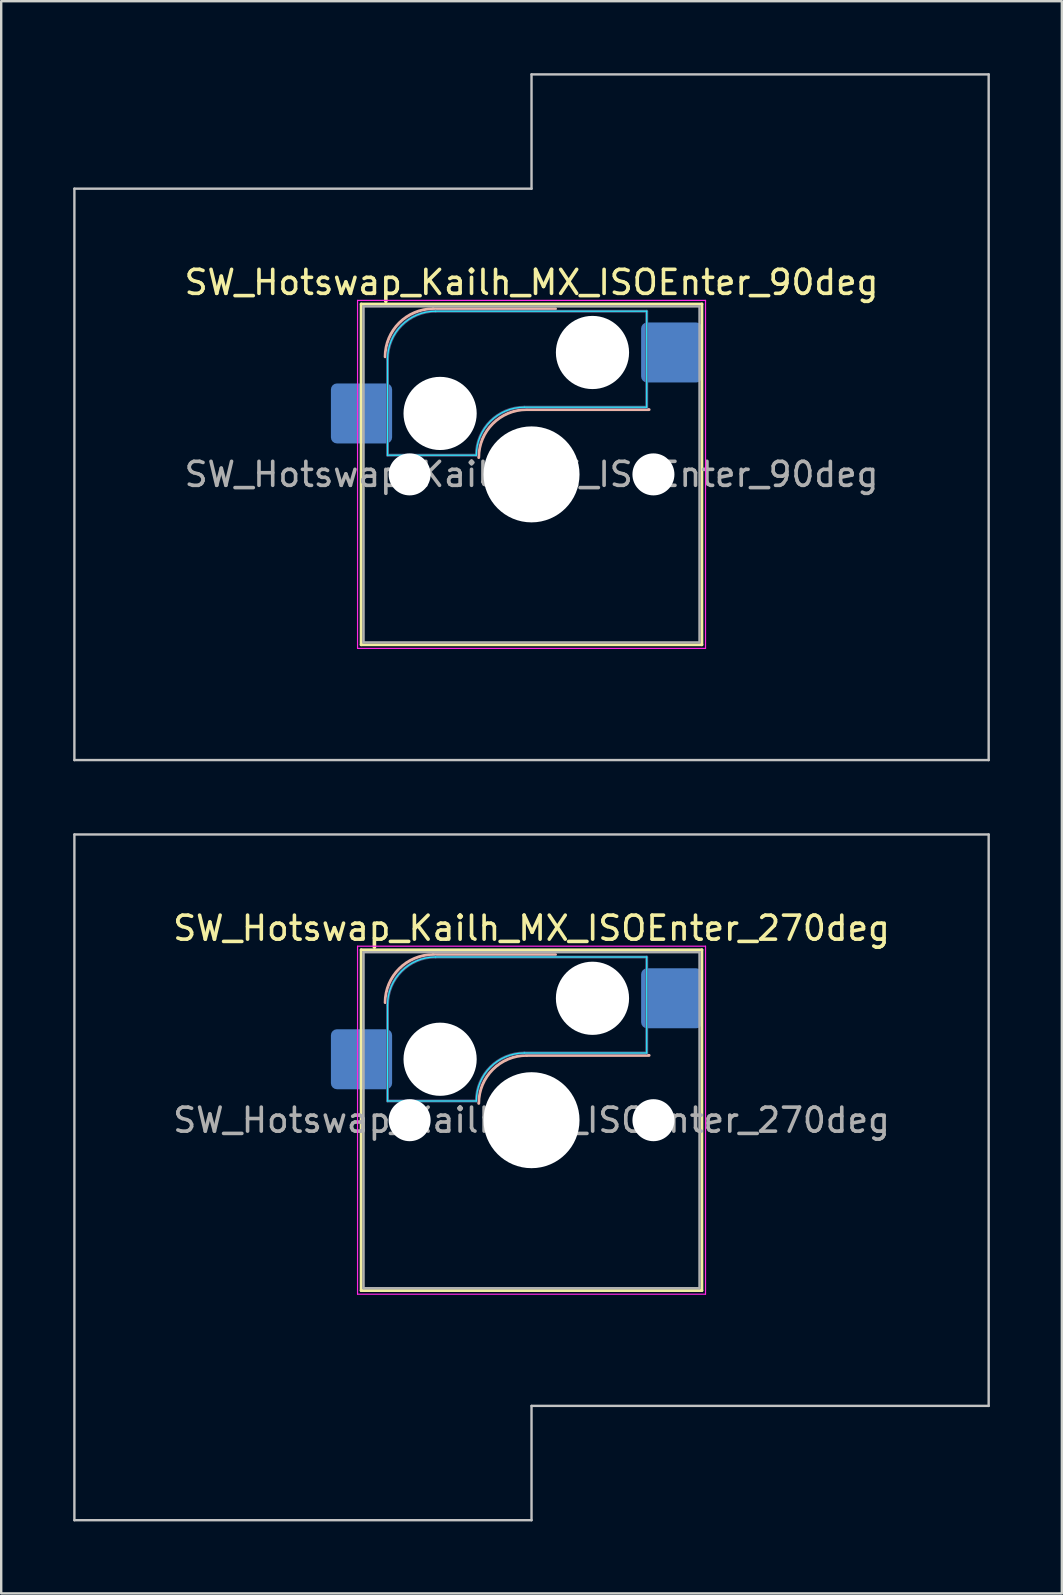
<source format=kicad_pcb>
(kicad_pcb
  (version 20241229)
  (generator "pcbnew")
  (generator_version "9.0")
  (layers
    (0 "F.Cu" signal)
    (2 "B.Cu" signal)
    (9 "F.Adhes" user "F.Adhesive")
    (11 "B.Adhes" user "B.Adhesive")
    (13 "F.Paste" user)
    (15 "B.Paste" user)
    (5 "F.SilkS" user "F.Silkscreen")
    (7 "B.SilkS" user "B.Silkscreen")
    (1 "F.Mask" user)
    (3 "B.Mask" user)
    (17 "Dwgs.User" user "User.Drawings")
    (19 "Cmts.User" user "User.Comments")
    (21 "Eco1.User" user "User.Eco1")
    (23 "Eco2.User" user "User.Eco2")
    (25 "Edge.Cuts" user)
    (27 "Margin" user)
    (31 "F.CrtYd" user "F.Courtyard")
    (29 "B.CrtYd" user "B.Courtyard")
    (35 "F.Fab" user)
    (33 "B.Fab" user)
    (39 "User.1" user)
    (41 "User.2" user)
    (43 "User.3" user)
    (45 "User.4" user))
  (footprint "SW_Hotswap_Kailh_MX_ISOEnter_90deg"
    (layer "F.Cu")
    (at 19.1 16.719)
    (property "Reference" "SW_Hotswap_Kailh_MX_ISOEnter_90deg" (at 0 -8 0) (layer "F.SilkS") (effects (font (size 1 1) (thickness 0.15))))
    (attr smd)
    (fp_line (start -7.1 -7.1) (end -7.1 7.1) (stroke (width 0.12) (type solid)) (layer "F.SilkS"))
    (fp_line (start -7.1 7.1) (end 7.1 7.1) (stroke (width 0.12) (type solid)) (layer "F.SilkS"))
    (fp_line (start 7.1 -7.1) (end -7.1 -7.1) (stroke (width 0.12) (type solid)) (layer "F.SilkS"))
    (fp_line (start 7.1 7.1) (end 7.1 -7.1) (stroke (width 0.12) (type solid)) (layer "F.SilkS"))
    (fp_line (start -4.1 -6.9) (end 1 -6.9) (stroke (width 0.12) (type solid)) (layer "B.SilkS"))
    (fp_line (start -0.2 -2.7) (end 4.9 -2.7) (stroke (width 0.12) (type solid)) (layer "B.SilkS"))
    (fp_arc (start -6.1 -4.9) (mid -5.514214 -6.314214) (end -4.1 -6.9) (stroke (width 0.12) (type solid)) (layer "B.SilkS"))
    (fp_arc (start -2.2 -0.7) (mid -1.614214 -2.114214) (end -0.2 -2.7) (stroke (width 0.12) (type solid)) (layer "B.SilkS"))
    (fp_line (start -19.05 -11.906) (end -19.05 11.906) (stroke (width 0.1) (type solid)) (layer "Dwgs.User"))
    (fp_line (start -19.05 11.906) (end 19.05 11.906) (stroke (width 0.1) (type solid)) (layer "Dwgs.User"))
    (fp_line (start 0 -16.669) (end 0 -11.906) (stroke (width 0.1) (type solid)) (layer "Dwgs.User"))
    (fp_line (start 0 -11.906) (end -19.05 -11.906) (stroke (width 0.1) (type solid)) (layer "Dwgs.User"))
    (fp_line (start 19.05 -16.669) (end 0 -16.669) (stroke (width 0.1) (type solid)) (layer "Dwgs.User"))
    (fp_line (start 19.05 11.906) (end 19.05 -16.669) (stroke (width 0.1) (type solid)) (layer "Dwgs.User"))
    (fp_line (start -7.8 -6) (end -7 -6) (stroke (width 0.1) (type solid)) (layer "Eco1.User"))
    (fp_line (start -7.8 -2.9) (end -7.8 -6) (stroke (width 0.1) (type solid)) (layer "Eco1.User"))
    (fp_line (start -7.8 2.9) (end -7 2.9) (stroke (width 0.1) (type solid)) (layer "Eco1.User"))
    (fp_line (start -7.8 6) (end -7.8 2.9) (stroke (width 0.1) (type solid)) (layer "Eco1.User"))
    (fp_line (start -7 -7) (end 7 -7) (stroke (width 0.1) (type solid)) (layer "Eco1.User"))
    (fp_line (start -7 -6) (end -7 -7) (stroke (width 0.1) (type solid)) (layer "Eco1.User"))
    (fp_line (start -7 -2.9) (end -7.8 -2.9) (stroke (width 0.1) (type solid)) (layer "Eco1.User"))
    (fp_line (start -7 2.9) (end -7 -2.9) (stroke (width 0.1) (type solid)) (layer "Eco1.User"))
    (fp_line (start -7 6) (end -7.8 6) (stroke (width 0.1) (type solid)) (layer "Eco1.User"))
    (fp_line (start -7 7) (end -7 6) (stroke (width 0.1) (type solid)) (layer "Eco1.User"))
    (fp_line (start 7 -7) (end 7 -6) (stroke (width 0.1) (type solid)) (layer "Eco1.User"))
    (fp_line (start 7 -6) (end 7.8 -6) (stroke (width 0.1) (type solid)) (layer "Eco1.User"))
    (fp_line (start 7 -2.9) (end 7 2.9) (stroke (width 0.1) (type solid)) (layer "Eco1.User"))
    (fp_line (start 7 2.9) (end 7.8 2.9) (stroke (width 0.1) (type solid)) (layer "Eco1.User"))
    (fp_line (start 7 6) (end 7 7) (stroke (width 0.1) (type solid)) (layer "Eco1.User"))
    (fp_line (start 7 7) (end -7 7) (stroke (width 0.1) (type solid)) (layer "Eco1.User"))
    (fp_line (start 7.8 -6) (end 7.8 -2.9) (stroke (width 0.1) (type solid)) (layer "Eco1.User"))
    (fp_line (start 7.8 -2.9) (end 7 -2.9) (stroke (width 0.1) (type solid)) (layer "Eco1.User"))
    (fp_line (start 7.8 2.9) (end 7.8 6) (stroke (width 0.1) (type solid)) (layer "Eco1.User"))
    (fp_line (start 7.8 6) (end 7 6) (stroke (width 0.1) (type solid)) (layer "Eco1.User"))
    (fp_line (start -6 -0.8) (end -6 -4.8) (stroke (width 0.05) (type solid)) (layer "B.CrtYd"))
    (fp_line (start -6 -0.8) (end -2.3 -0.8) (stroke (width 0.05) (type solid)) (layer "B.CrtYd"))
    (fp_line (start -4 -6.8) (end 4.8 -6.8) (stroke (width 0.05) (type solid)) (layer "B.CrtYd"))
    (fp_line (start -0.3 -2.8) (end 4.8 -2.8) (stroke (width 0.05) (type solid)) (layer "B.CrtYd"))
    (fp_line (start 4.8 -6.8) (end 4.8 -2.8) (stroke (width 0.05) (type solid)) (layer "B.CrtYd"))
    (fp_arc (start -6 -4.8) (mid -5.414214 -6.214214) (end -4 -6.8) (stroke (width 0.05) (type solid)) (layer "B.CrtYd"))
    (fp_arc (start -2.3 -0.8) (mid -1.714214 -2.214214) (end -0.3 -2.8) (stroke (width 0.05) (type solid)) (layer "B.CrtYd"))
    (fp_line (start -7.25 -7.25) (end -7.25 7.25) (stroke (width 0.05) (type solid)) (layer "F.CrtYd"))
    (fp_line (start -7.25 7.25) (end 7.25 7.25) (stroke (width 0.05) (type solid)) (layer "F.CrtYd"))
    (fp_line (start 7.25 -7.25) (end -7.25 -7.25) (stroke (width 0.05) (type solid)) (layer "F.CrtYd"))
    (fp_line (start 7.25 7.25) (end 7.25 -7.25) (stroke (width 0.05) (type solid)) (layer "F.CrtYd"))
    (fp_line (start -6 -0.8) (end -6 -4.8) (stroke (width 0.12) (type solid)) (layer "B.Fab"))
    (fp_line (start -6 -0.8) (end -2.3 -0.8) (stroke (width 0.12) (type solid)) (layer "B.Fab"))
    (fp_line (start -4 -6.8) (end 4.8 -6.8) (stroke (width 0.12) (type solid)) (layer "B.Fab"))
    (fp_line (start -0.3 -2.8) (end 4.8 -2.8) (stroke (width 0.12) (type solid)) (layer "B.Fab"))
    (fp_line (start 4.8 -6.8) (end 4.8 -2.8) (stroke (width 0.12) (type solid)) (layer "B.Fab"))
    (fp_arc (start -6 -4.8) (mid -5.414214 -6.214214) (end -4 -6.8) (stroke (width 0.12) (type solid)) (layer "B.Fab"))
    (fp_arc (start -2.3 -0.8) (mid -1.714214 -2.214214) (end -0.3 -2.8) (stroke (width 0.12) (type solid)) (layer "B.Fab"))
    (fp_line (start -7 -7) (end -7 7) (stroke (width 0.1) (type solid)) (layer "F.Fab"))
    (fp_line (start -7 7) (end 7 7) (stroke (width 0.1) (type solid)) (layer "F.Fab"))
    (fp_line (start 7 -7) (end -7 -7) (stroke (width 0.1) (type solid)) (layer "F.Fab"))
    (fp_line (start 7 7) (end 7 -7) (stroke (width 0.1) (type solid)) (layer "F.Fab"))
    (fp_text user "${REFERENCE}" (at 0 0 0) (layer "F.Fab") (effects (font (size 1 1) (thickness 0.15))))
    (pad "" np_thru_hole circle (at -5.08 0) (size 1.75 1.75) (drill 1.75) (layers "*.Cu" "*.Mask"))
    (pad "" np_thru_hole circle (at -3.81 -2.54) (size 3.05 3.05) (drill 3.05) (layers "*.Cu" "*.Mask"))
    (pad "" np_thru_hole circle (at 0 0) (size 4 4) (drill 4) (layers "*.Cu" "*.Mask"))
    (pad "" np_thru_hole circle (at 2.54 -5.08) (size 3.05 3.05) (drill 3.05) (layers "*.Cu" "*.Mask"))
    (pad "" np_thru_hole circle (at 5.08 0) (size 1.75 1.75) (drill 1.75) (layers "*.Cu" "*.Mask"))
    (pad "1" smd roundrect (at -7.085 -2.54) (size 2.55 2.5) (layers "B.Cu" "B.Mask" "B.Paste") (roundrect_rratio 0.1))
    (pad "2" smd roundrect (at 5.842 -5.08) (size 2.55 2.5) (layers "B.Cu" "B.Mask" "B.Paste") (roundrect_rratio 0.1)))
  (footprint "SW_Hotswap_Kailh_MX_ISOEnter_270deg"
    (layer "F.Cu")
    (at 19.1 43.631)
    (property "Reference" "SW_Hotswap_Kailh_MX_ISOEnter_270deg" (at 0 -8 0) (layer "F.SilkS") (effects (font (size 1 1) (thickness 0.15))))
    (attr smd)
    (fp_line (start -7.1 -7.1) (end -7.1 7.1) (stroke (width 0.12) (type solid)) (layer "F.SilkS"))
    (fp_line (start -7.1 7.1) (end 7.1 7.1) (stroke (width 0.12) (type solid)) (layer "F.SilkS"))
    (fp_line (start 7.1 -7.1) (end -7.1 -7.1) (stroke (width 0.12) (type solid)) (layer "F.SilkS"))
    (fp_line (start 7.1 7.1) (end 7.1 -7.1) (stroke (width 0.12) (type solid)) (layer "F.SilkS"))
    (fp_line (start -4.1 -6.9) (end 1 -6.9) (stroke (width 0.12) (type solid)) (layer "B.SilkS"))
    (fp_line (start -0.2 -2.7) (end 4.9 -2.7) (stroke (width 0.12) (type solid)) (layer "B.SilkS"))
    (fp_arc (start -6.1 -4.9) (mid -5.514214 -6.314214) (end -4.1 -6.9) (stroke (width 0.12) (type solid)) (layer "B.SilkS"))
    (fp_arc (start -2.2 -0.7) (mid -1.614214 -2.114214) (end -0.2 -2.7) (stroke (width 0.12) (type solid)) (layer "B.SilkS"))
    (fp_line (start -19.05 -11.906) (end -19.05 16.669) (stroke (width 0.1) (type solid)) (layer "Dwgs.User"))
    (fp_line (start -19.05 16.669) (end 0 16.669) (stroke (width 0.1) (type solid)) (layer "Dwgs.User"))
    (fp_line (start 0 11.906) (end 19.05 11.906) (stroke (width 0.1) (type solid)) (layer "Dwgs.User"))
    (fp_line (start 0 16.669) (end 0 11.906) (stroke (width 0.1) (type solid)) (layer "Dwgs.User"))
    (fp_line (start 19.05 -11.906) (end -19.05 -11.906) (stroke (width 0.1) (type solid)) (layer "Dwgs.User"))
    (fp_line (start 19.05 11.906) (end 19.05 -11.906) (stroke (width 0.1) (type solid)) (layer "Dwgs.User"))
    (fp_line (start -7.8 -6) (end -7 -6) (stroke (width 0.1) (type solid)) (layer "Eco1.User"))
    (fp_line (start -7.8 -2.9) (end -7.8 -6) (stroke (width 0.1) (type solid)) (layer "Eco1.User"))
    (fp_line (start -7.8 2.9) (end -7 2.9) (stroke (width 0.1) (type solid)) (layer "Eco1.User"))
    (fp_line (start -7.8 6) (end -7.8 2.9) (stroke (width 0.1) (type solid)) (layer "Eco1.User"))
    (fp_line (start -7 -7) (end 7 -7) (stroke (width 0.1) (type solid)) (layer "Eco1.User"))
    (fp_line (start -7 -6) (end -7 -7) (stroke (width 0.1) (type solid)) (layer "Eco1.User"))
    (fp_line (start -7 -2.9) (end -7.8 -2.9) (stroke (width 0.1) (type solid)) (layer "Eco1.User"))
    (fp_line (start -7 2.9) (end -7 -2.9) (stroke (width 0.1) (type solid)) (layer "Eco1.User"))
    (fp_line (start -7 6) (end -7.8 6) (stroke (width 0.1) (type solid)) (layer "Eco1.User"))
    (fp_line (start -7 7) (end -7 6) (stroke (width 0.1) (type solid)) (layer "Eco1.User"))
    (fp_line (start 7 -7) (end 7 -6) (stroke (width 0.1) (type solid)) (layer "Eco1.User"))
    (fp_line (start 7 -6) (end 7.8 -6) (stroke (width 0.1) (type solid)) (layer "Eco1.User"))
    (fp_line (start 7 -2.9) (end 7 2.9) (stroke (width 0.1) (type solid)) (layer "Eco1.User"))
    (fp_line (start 7 2.9) (end 7.8 2.9) (stroke (width 0.1) (type solid)) (layer "Eco1.User"))
    (fp_line (start 7 6) (end 7 7) (stroke (width 0.1) (type solid)) (layer "Eco1.User"))
    (fp_line (start 7 7) (end -7 7) (stroke (width 0.1) (type solid)) (layer "Eco1.User"))
    (fp_line (start 7.8 -6) (end 7.8 -2.9) (stroke (width 0.1) (type solid)) (layer "Eco1.User"))
    (fp_line (start 7.8 -2.9) (end 7 -2.9) (stroke (width 0.1) (type solid)) (layer "Eco1.User"))
    (fp_line (start 7.8 2.9) (end 7.8 6) (stroke (width 0.1) (type solid)) (layer "Eco1.User"))
    (fp_line (start 7.8 6) (end 7 6) (stroke (width 0.1) (type solid)) (layer "Eco1.User"))
    (fp_line (start -6 -0.8) (end -6 -4.8) (stroke (width 0.05) (type solid)) (layer "B.CrtYd"))
    (fp_line (start -6 -0.8) (end -2.3 -0.8) (stroke (width 0.05) (type solid)) (layer "B.CrtYd"))
    (fp_line (start -4 -6.8) (end 4.8 -6.8) (stroke (width 0.05) (type solid)) (layer "B.CrtYd"))
    (fp_line (start -0.3 -2.8) (end 4.8 -2.8) (stroke (width 0.05) (type solid)) (layer "B.CrtYd"))
    (fp_line (start 4.8 -6.8) (end 4.8 -2.8) (stroke (width 0.05) (type solid)) (layer "B.CrtYd"))
    (fp_arc (start -6 -4.8) (mid -5.414214 -6.214214) (end -4 -6.8) (stroke (width 0.05) (type solid)) (layer "B.CrtYd"))
    (fp_arc (start -2.3 -0.8) (mid -1.714214 -2.214214) (end -0.3 -2.8) (stroke (width 0.05) (type solid)) (layer "B.CrtYd"))
    (fp_line (start -7.25 -7.25) (end -7.25 7.25) (stroke (width 0.05) (type solid)) (layer "F.CrtYd"))
    (fp_line (start -7.25 7.25) (end 7.25 7.25) (stroke (width 0.05) (type solid)) (layer "F.CrtYd"))
    (fp_line (start 7.25 -7.25) (end -7.25 -7.25) (stroke (width 0.05) (type solid)) (layer "F.CrtYd"))
    (fp_line (start 7.25 7.25) (end 7.25 -7.25) (stroke (width 0.05) (type solid)) (layer "F.CrtYd"))
    (fp_line (start -6 -0.8) (end -6 -4.8) (stroke (width 0.12) (type solid)) (layer "B.Fab"))
    (fp_line (start -6 -0.8) (end -2.3 -0.8) (stroke (width 0.12) (type solid)) (layer "B.Fab"))
    (fp_line (start -4 -6.8) (end 4.8 -6.8) (stroke (width 0.12) (type solid)) (layer "B.Fab"))
    (fp_line (start -0.3 -2.8) (end 4.8 -2.8) (stroke (width 0.12) (type solid)) (layer "B.Fab"))
    (fp_line (start 4.8 -6.8) (end 4.8 -2.8) (stroke (width 0.12) (type solid)) (layer "B.Fab"))
    (fp_arc (start -6 -4.8) (mid -5.414214 -6.214214) (end -4 -6.8) (stroke (width 0.12) (type solid)) (layer "B.Fab"))
    (fp_arc (start -2.3 -0.8) (mid -1.714214 -2.214214) (end -0.3 -2.8) (stroke (width 0.12) (type solid)) (layer "B.Fab"))
    (fp_line (start -7 -7) (end -7 7) (stroke (width 0.1) (type solid)) (layer "F.Fab"))
    (fp_line (start -7 7) (end 7 7) (stroke (width 0.1) (type solid)) (layer "F.Fab"))
    (fp_line (start 7 -7) (end -7 -7) (stroke (width 0.1) (type solid)) (layer "F.Fab"))
    (fp_line (start 7 7) (end 7 -7) (stroke (width 0.1) (type solid)) (layer "F.Fab"))
    (fp_text user "${REFERENCE}" (at 0 0 0) (layer "F.Fab") (effects (font (size 1 1) (thickness 0.15))))
    (pad "" np_thru_hole circle (at -5.08 0) (size 1.75 1.75) (drill 1.75) (layers "*.Cu" "*.Mask"))
    (pad "" np_thru_hole circle (at -3.81 -2.54) (size 3.05 3.05) (drill 3.05) (layers "*.Cu" "*.Mask"))
    (pad "" np_thru_hole circle (at 0 0) (size 4 4) (drill 4) (layers "*.Cu" "*.Mask"))
    (pad "" np_thru_hole circle (at 2.54 -5.08) (size 3.05 3.05) (drill 3.05) (layers "*.Cu" "*.Mask"))
    (pad "" np_thru_hole circle (at 5.08 0) (size 1.75 1.75) (drill 1.75) (layers "*.Cu" "*.Mask"))
    (pad "1" smd roundrect (at -7.085 -2.54) (size 2.55 2.5) (layers "B.Cu" "B.Mask" "B.Paste") (roundrect_rratio 0.1))
    (pad "2" smd roundrect (at 5.842 -5.08) (size 2.55 2.5) (layers "B.Cu" "B.Mask" "B.Paste") (roundrect_rratio 0.1)))
  (gr_rect
    (start -3 -3)
    (end 41.2 63.35)
    (stroke (width 0.1) (type default))
    (fill no)
    (layer "Edge.Cuts")))
</source>
